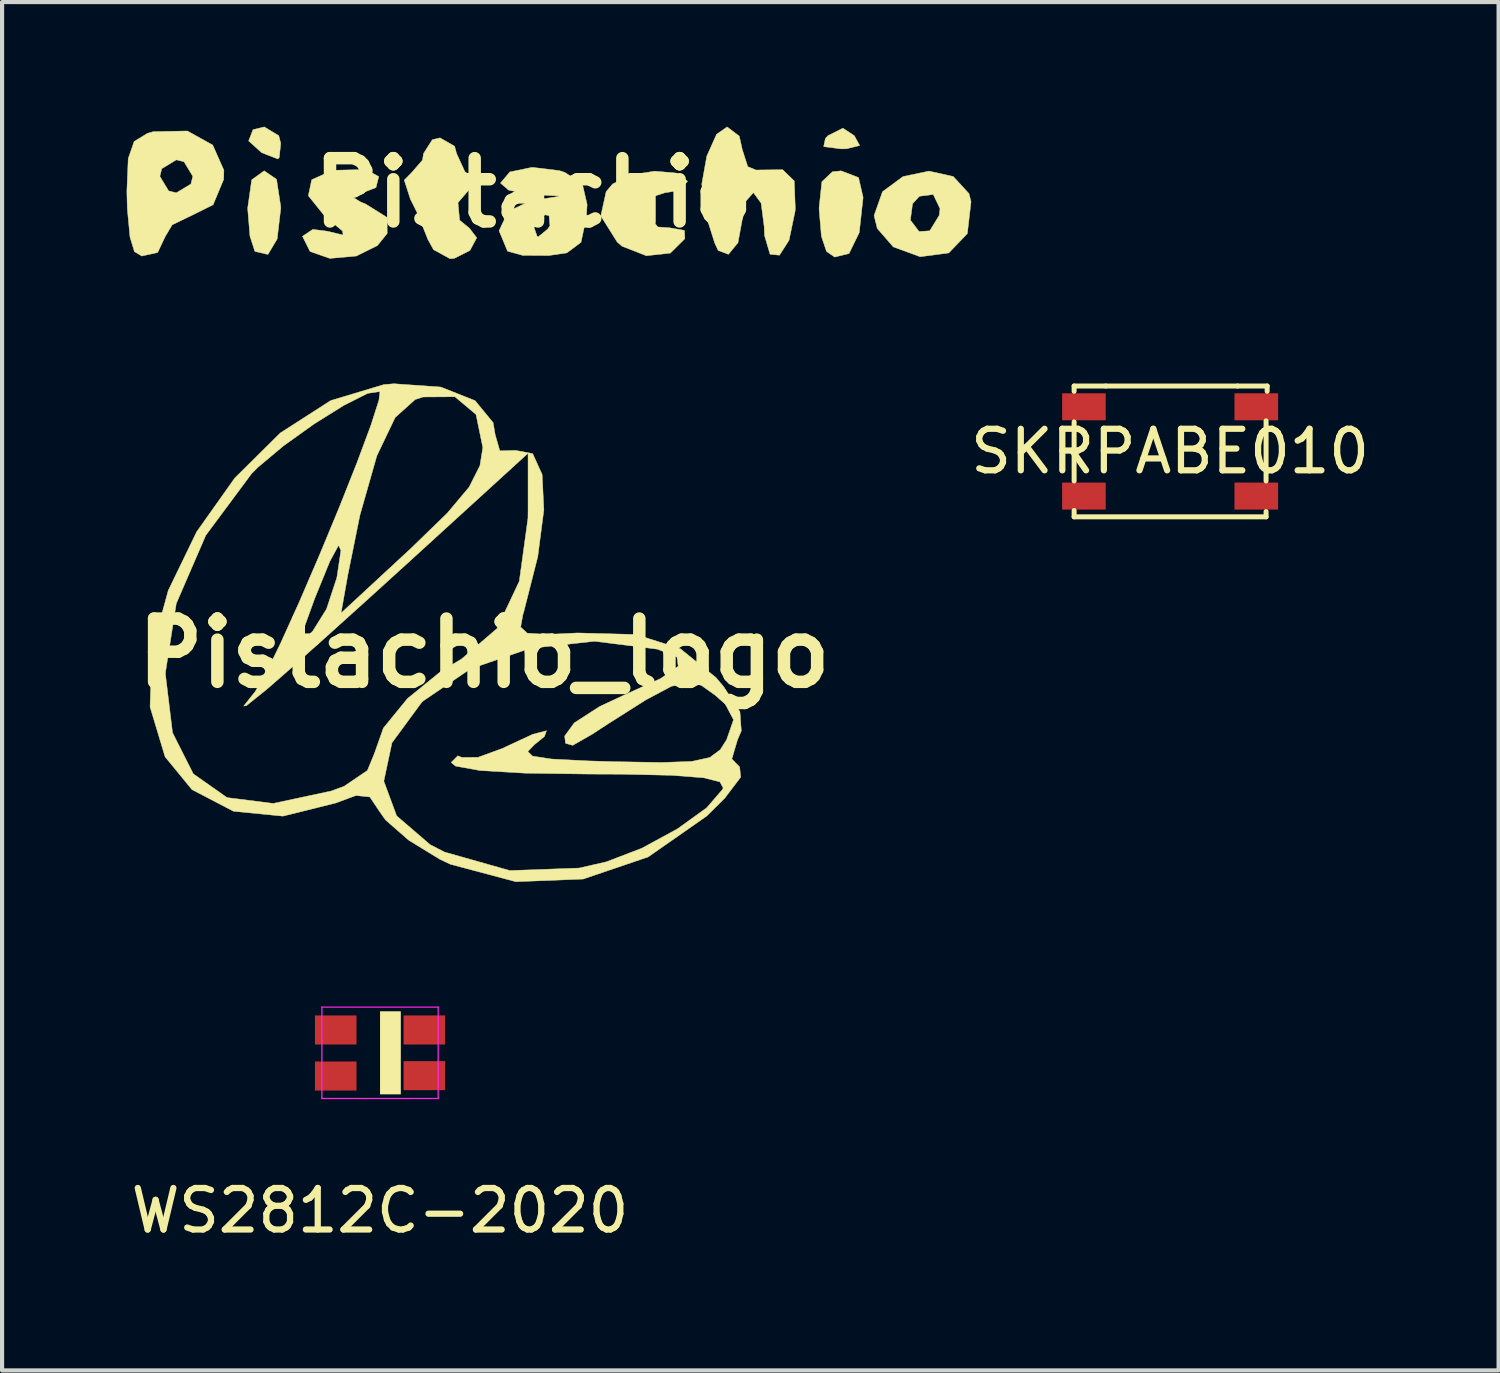
<source format=kicad_pcb>
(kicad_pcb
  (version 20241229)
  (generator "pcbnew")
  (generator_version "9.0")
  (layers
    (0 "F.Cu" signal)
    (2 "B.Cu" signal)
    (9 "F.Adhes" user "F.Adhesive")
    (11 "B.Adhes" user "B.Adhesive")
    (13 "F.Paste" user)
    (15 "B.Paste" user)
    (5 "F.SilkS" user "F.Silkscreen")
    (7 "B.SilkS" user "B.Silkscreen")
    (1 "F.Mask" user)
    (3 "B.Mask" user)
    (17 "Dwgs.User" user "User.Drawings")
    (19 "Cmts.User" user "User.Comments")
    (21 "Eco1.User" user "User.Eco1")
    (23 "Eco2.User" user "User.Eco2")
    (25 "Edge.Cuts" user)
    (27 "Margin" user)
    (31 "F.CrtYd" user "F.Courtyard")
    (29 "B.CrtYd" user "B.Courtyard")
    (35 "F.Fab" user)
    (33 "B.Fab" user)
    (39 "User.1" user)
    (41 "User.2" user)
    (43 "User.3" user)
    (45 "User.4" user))
  (footprint "WS2812C-2020"
    (layer "F.Cu")
    (at 6.101 22.301)
    (property "Reference" "WS2812C-2020" (at 0 3.8 0) (layer "F.SilkS") (effects (font (size 1 1) (thickness 0.15))))
    (attr through_hole)
    (fp_poly (pts (xy 0 -1) (xy 0.5 -1) (xy 0.5 1) (xy 0 1)) (stroke (width 0) (type solid)) (fill yes) (layer "F.SilkS"))
    (fp_line (start -1.4 -1.1) (end 1.4 -1.1) (stroke (width 0.03) (type solid)) (layer "F.CrtYd"))
    (fp_line (start -1.4 1.1) (end -1.4 -1.1) (stroke (width 0.03) (type solid)) (layer "F.CrtYd"))
    (fp_line (start 1.4 -1.1) (end 1.4 1.1) (stroke (width 0.03) (type solid)) (layer "F.CrtYd"))
    (fp_line (start 1.4 1.1) (end -1.4 1.1) (stroke (width 0.03) (type solid)) (layer "F.CrtYd"))
    (pad "1" smd rect (at 1.067 0.55) (size 1 0.7) (layers "F.Cu" "F.Mask" "F.Paste"))
    (pad "2" smd rect (at 1.067 -0.55) (size 1 0.7) (layers "F.Cu" "F.Mask" "F.Paste"))
    (pad "3" smd rect (at -1.067 -0.55) (size 1 0.7) (layers "F.Cu" "F.Mask" "F.Paste"))
    (pad "4" smd rect (at -1.067 0.559) (size 1 0.7) (layers "F.Cu" "F.Mask" "F.Paste")))
  (footprint "Pistachio_logo"
    (layer "F.Cu")
    (at 8.607 12.679)
    (property "Reference" "Pistachio_logo" (at 0 0 0) (layer "F.SilkS") (effects (font (size 1.524 1.524) (thickness 0.3))))
    (attr through_hole)
    (fp_poly (pts (xy -1.041 -6.409) (xy -0.217 -6.082) (xy 0.218 -5.551) (xy 0.265 -5.268) (xy 0.378 -4.874) (xy 0.759 -4.884) (xy 1.169 -4.806) (xy 1.397 -4.304) (xy 1.439 -3.452) (xy 1.292 -2.324) (xy 0.954 -0.994) (xy 0.933 -0.926) (xy 0.88 -0.629) (xy 1.039 -0.483) (xy 1.52 -0.453) (xy 2.251 -0.488) (xy 3.656 -0.451) (xy 4.725 -0.108) (xy 5.583 0.586) (xy 5.768 0.805) (xy 6.16 1.409) (xy 6.193 1.87) (xy 6.101 2.087) (xy 5.965 2.545) (xy 6.154 2.741) (xy 6.178 2.985) (xy 5.794 3.491) (xy 5.36 3.921) (xy 3.95 4.906) (xy 2.385 5.438) (xy 0.764 5.502) (xy -0.812 5.082) (xy -1.068 4.961) (xy -1.817 4.502) (xy -2.372 4.017) (xy -2.514 3.817) (xy -2.751 3.462) (xy -3.085 3.426) (xy -3.573 3.607) (xy -4.843 3.923) (xy -6.034 3.806) (xy -7.035 3.284) (xy -7.682 2.495) (xy -8.044 1.292) (xy -8.018 0.51) (xy -7.673 0.51) (xy -7.503 1.913) (xy -7.003 2.904) (xy -6.19 3.476) (xy -5.078 3.617) (xy -3.683 3.318) (xy -3.373 3.205) (xy -3.191 3.081) (xy -2.415 3.081) (xy -2.106 3.916) (xy -1.299 4.61) (xy -0.952 4.788) (xy 0.619 5.233) (xy 2.287 5.173) (xy 2.942 5.023) (xy 3.797 4.696) (xy 4.657 4.228) (xy 5.359 3.722) (xy 5.742 3.279) (xy 5.756 3.241) (xy 5.677 3.098) (xy 5.286 2.999) (xy 4.522 2.94) (xy 3.322 2.913) (xy 2.536 2.91) (xy 0.979 2.888) (xy -0.102 2.824) (xy -0.688 2.718) (xy -0.794 2.63) (xy -0.633 2.47) (xy -0.537 2.509) (xy -0.148 2.507) (xy 0.453 2.288) (xy 0.508 2.26) (xy 1.168 1.953) (xy 1.502 1.866) (xy 1.453 2.005) (xy 1.212 2.201) (xy 1.052 2.367) (xy 1.167 2.478) (xy 1.63 2.548) (xy 2.513 2.593) (xy 3.129 2.611) (xy 4.272 2.631) (xy 5.002 2.605) (xy 5.435 2.51) (xy 5.686 2.324) (xy 5.84 2.081) (xy 6.006 1.602) (xy 5.807 1.226) (xy 5.556 1.005) (xy 5.23 0.774) (xy 4.913 0.694) (xy 4.503 0.8) (xy 3.895 1.124) (xy 2.987 1.699) (xy 2.601 1.951) (xy 2.135 2.218) (xy 1.96 2.169) (xy 1.94 1.993) (xy 2.171 1.677) (xy 2.78 1.284) (xy 3.351 1.017) (xy 4.252 0.609) (xy 4.674 0.314) (xy 4.644 0.093) (xy 4.191 -0.091) (xy 4.167 -0.098) (xy 2.66 -0.288) (xy 1.105 -0.117) (xy -0.327 0.375) (xy -1.466 1.149) (xy -1.509 1.191) (xy -2.219 2.157) (xy -2.415 3.081) (xy -3.191 3.081) (xy -2.81 2.823) (xy -2.646 2.426) (xy -2.426 1.803) (xy -1.846 1.092) (xy -1.029 0.427) (xy -0.545 0.14) (xy 0.309 -0.593) (xy 0.847 -1.732) (xy 1.056 -3.25) (xy 1.058 -3.458) (xy 1.058 -4.815) (xy -1.786 -2.22) (xy -2.859 -1.246) (xy -3.844 -0.358) (xy -4.651 0.361) (xy -5.189 0.831) (xy -5.29 0.915) (xy -5.722 1.262) (xy -5.789 1.273) (xy -5.535 0.951) (xy -5.514 0.926) (xy -5.27 0.515) (xy -4.901 -0.239) (xy -4.841 -0.373) (xy -4.37 -0.373) (xy -4.214 -0.45) (xy -4.126 -0.533) (xy -3.856 -0.966) (xy -3.445 -0.966) (xy -1.753 -2.533) (xy -0.886 -3.375) (xy -0.361 -4) (xy -0.101 -4.516) (xy -0.031 -4.952) (xy -0.195 -5.749) (xy -0.703 -6.175) (xy -1.472 -6.17) (xy -1.661 -6.108) (xy -2.142 -5.676) (xy -2.583 -4.753) (xy -2.99 -3.325) (xy -3.284 -1.872) (xy -3.445 -0.966) (xy -3.856 -0.966) (xy -3.795 -1.063) (xy -3.55 -1.806) (xy -3.54 -1.856) (xy -3.448 -2.476) (xy -3.505 -2.597) (xy -3.713 -2.215) (xy -4.074 -1.33) (xy -4.077 -1.323) (xy -4.325 -0.64) (xy -4.37 -0.373) (xy -4.841 -0.373) (xy -4.452 -1.232) (xy -3.967 -2.358) (xy -3.488 -3.513) (xy -3.061 -4.589) (xy -2.728 -5.484) (xy -2.533 -6.091) (xy -2.509 -6.301) (xy -2.802 -6.258) (xy -3.374 -5.97) (xy -4.094 -5.52) (xy -4.827 -4.996) (xy -5.442 -4.481) (xy -5.6 -4.323) (xy -6.702 -2.838) (xy -7.413 -1.195) (xy -7.673 0.464) (xy -7.673 0.51) (xy -8.018 0.51) (xy -7.999 -0.075) (xy -7.606 -1.51) (xy -6.922 -2.923) (xy -6.004 -4.218) (xy -4.909 -5.303) (xy -3.694 -6.084) (xy -2.417 -6.468) (xy -2.17 -6.489) (xy -1.041 -6.409)) (stroke (width 0.01) (type solid)) (fill yes) (layer "F.SilkS")))
  (footprint "Pistachio"
    (layer "F.Cu")
    (at 9.795 1.593)
    (property "Reference" "Pistachio" (at 0 0 0) (layer "F.SilkS") (effects (font (size 1.524 1.524) (thickness 0.3))))
    (attr through_hole)
    (fp_poly (pts (xy 7.726 -1.376) (xy 7.856 -1.139) (xy 7.536 -1.06) (xy 7.408 -1.058) (xy 6.988 -1.112) (xy 7.03 -1.311) (xy 7.091 -1.376) (xy 7.451 -1.557) (xy 7.726 -1.376)) (stroke (width 0.01) (type solid)) (fill yes) (layer "F.SilkS"))
    (fp_poly (pts (xy -6.132 -1.376) (xy -6.085 -1.191) (xy -6.121 -0.85) (xy -6.152 -0.815) (xy -6.419 -0.917) (xy -6.548 -0.969) (xy -6.858 -1.25) (xy -6.753 -1.521) (xy -6.482 -1.587) (xy -6.132 -1.376)) (stroke (width 0.01) (type solid)) (fill yes) (layer "F.SilkS"))
    (fp_poly (pts (xy 7.828 -0.368) (xy 7.938 0.111) (xy 7.845 0.958) (xy 7.599 1.462) (xy 7.252 1.547) (xy 7.056 1.411) (xy 6.934 1.048) (xy 6.879 0.405) (xy 6.879 0.353) (xy 6.945 -0.267) (xy 7.199 -0.507) (xy 7.408 -0.529) (xy 7.828 -0.368)) (stroke (width 0.01) (type solid)) (fill yes) (layer "F.SilkS"))
    (fp_poly (pts (xy -6.186 -0.325) (xy -6.086 0.324) (xy -6.085 0.381) (xy -6.171 1.112) (xy -6.393 1.484) (xy -6.7 1.413) (xy -6.71 1.404) (xy -6.826 1.046) (xy -6.879 0.406) (xy -6.879 0.353) (xy -6.784 -0.314) (xy -6.485 -0.529) (xy -6.482 -0.529) (xy -6.186 -0.325)) (stroke (width 0.01) (type solid)) (fill yes) (layer "F.SilkS"))
    (fp_poly (pts (xy 3.449 -0.475) (xy 3.702 -0.288) (xy 3.704 -0.265) (xy 3.482 -0.052) (xy 3.156 0) (xy 2.737 0.139) (xy 2.702 0.463) (xy 2.995 0.822) (xy 3.279 0.842) (xy 3.636 0.905) (xy 3.645 1.106) (xy 3.296 1.452) (xy 2.718 1.515) (xy 2.133 1.286) (xy 2.017 1.186) (xy 1.622 0.557) (xy 1.75 -0.027) (xy 1.905 -0.212) (xy 2.336 -0.431) (xy 2.922 -0.521) (xy 3.449 -0.475)) (stroke (width 0.01) (type solid)) (fill yes) (layer "F.SilkS"))
    (fp_poly (pts (xy -1.898 -1.122) (xy -1.852 -0.948) (xy -1.65 -0.508) (xy -1.521 -0.419) (xy -1.327 -0.245) (xy -1.521 -0.11) (xy -1.817 0.236) (xy -1.778 0.659) (xy -1.541 0.853) (xy -1.366 1.082) (xy -1.529 1.388) (xy -1.907 1.579) (xy -2.008 1.587) (xy -2.406 1.369) (xy -2.541 1.124) (xy -2.79 0.5) (xy -2.966 0.144) (xy -3.111 -0.307) (xy -2.946 -0.473) (xy -2.672 -0.788) (xy -2.646 -0.948) (xy -2.434 -1.28) (xy -2.249 -1.323) (xy -1.898 -1.122)) (stroke (width 0.01) (type solid)) (fill yes) (layer "F.SilkS"))
    (fp_poly (pts (xy 10.109 -0.393) (xy 10.488 0.02) (xy 10.537 0.213) (xy 10.448 0.982) (xy 10.001 1.447) (xy 9.311 1.539) (xy 8.665 1.302) (xy 8.279 0.859) (xy 8.229 0.657) (xy 9.076 0.657) (xy 9.286 0.932) (xy 9.543 0.915) (xy 9.77 0.544) (xy 9.79 0.381) (xy 9.627 0.039) (xy 9.292 0.083) (xy 9.128 0.265) (xy 9.076 0.657) (xy 8.229 0.657) (xy 8.202 0.548) (xy 8.405 -0.028) (xy 8.901 -0.393) (xy 9.525 -0.523) (xy 10.109 -0.393)) (stroke (width 0.01) (type solid)) (fill yes) (layer "F.SilkS"))
    (fp_poly (pts (xy -3.725 -0.391) (xy -3.792 -0.126) (xy -4.167 0.017) (xy -4.408 0.069) (xy -4.167 0.218) (xy -4.035 0.273) (xy -3.524 0.593) (xy -3.522 0.978) (xy -3.757 1.27) (xy -4.264 1.522) (xy -4.904 1.579) (xy -5.377 1.414) (xy -5.38 1.411) (xy -5.562 1.047) (xy -5.312 0.88) (xy -4.961 0.925) (xy -4.583 1.016) (xy -4.595 0.922) (xy -5.01 0.574) (xy -5.027 0.56) (xy -5.421 0.07) (xy -5.339 -0.316) (xy -4.832 -0.543) (xy -4.035 -0.561) (xy -3.725 -0.391)) (stroke (width 0.01) (type solid)) (fill yes) (layer "F.SilkS"))
    (fp_poly (pts (xy 4.956 -1.366) (xy 5.027 -1.047) (xy 5.16 -0.631) (xy 5.358 -0.549) (xy 6 -0.557) (xy 6.28 -0.286) (xy 6.305 0.376) (xy 6.3 0.443) (xy 6.155 1.141) (xy 5.924 1.502) (xy 5.697 1.479) (xy 5.564 1.029) (xy 5.556 0.816) (xy 5.482 0.249) (xy 5.301 0.000482) (xy 5.292 0) (xy 5.091 0.226) (xy 5.027 0.646) (xy 4.925 1.202) (xy 4.695 1.481) (xy 4.448 1.388) (xy 4.364 1.207) (xy 4.165 0.575) (xy 4.108 0.394) (xy 4.054 -0.215) (xy 4.174 -0.884) (xy 4.409 -1.409) (xy 4.663 -1.587) (xy 4.956 -1.366)) (stroke (width 0.01) (type solid)) (fill yes) (layer "F.SilkS"))
    (fp_poly (pts (xy -7.723 -1.15) (xy -7.454 -0.544) (xy -7.459 -0.323) (xy -7.714 0.288) (xy -8.202 0.531) (xy -8.699 0.771) (xy -8.864 1.048) (xy -9.049 1.437) (xy -9.431 1.522) (xy -9.608 1.417) (xy -9.715 1.065) (xy -9.78 0.378) (xy -9.79 -0.039) (xy -9.775 -0.397) (xy -8.996 -0.397) (xy -8.784 -0.046) (xy -8.599 0) (xy -8.248 -0.212) (xy -8.202 -0.397) (xy -8.414 -0.748) (xy -8.599 -0.794) (xy -8.95 -0.582) (xy -8.996 -0.397) (xy -9.775 -0.397) (xy -9.758 -0.824) (xy -9.615 -1.237) (xy -9.294 -1.433) (xy -9.153 -1.473) (xy -8.332 -1.489) (xy -7.723 -1.15)) (stroke (width 0.01) (type solid)) (fill yes) (layer "F.SilkS"))
    (fp_poly (pts (xy 0.627 -0.534) (xy 0.754 -0.492) (xy 1.176 -0.22) (xy 1.292 0.279) (xy 1.274 0.588) (xy 1.145 1.192) (xy 0.805 1.446) (xy 0.369 1.51) (xy -0.26 1.506) (xy -0.622 1.406) (xy -0.624 1.405) (xy -0.828 0.914) (xy -0.772 0.794) (xy 0 0.794) (xy 0.09 1.051) (xy 0.117 1.058) (xy 0.343 0.873) (xy 0.397 0.794) (xy 0.376 0.55) (xy 0.28 0.529) (xy 0.011 0.721) (xy 0 0.794) (xy -0.772 0.794) (xy -0.609 0.448) (xy -0.066 0.19) (xy 0.661 0.079) (xy -0.066 0.04) (xy -0.595 -0.063) (xy -0.794 -0.234) (xy -0.57 -0.503) (xy -0.03 -0.614) (xy 0.627 -0.534)) (stroke (width 0.01) (type solid)) (fill yes) (layer "F.SilkS")))
  (footprint "SKRPABE010"
    (layer "F.Cu")
    (at 25.125 7.82)
    (property "Reference" "SKRPABE010" (at 0 0 0) (layer "F.SilkS") (effects (font (size 1 1) (thickness 0.15))))
    (attr through_hole)
    (fp_line (start -2.311 -1.575) (end -2.311 -1.448) (stroke (width 0.12) (type solid)) (layer "F.SilkS"))
    (fp_line (start -2.311 -0.711) (end -2.311 0.711) (stroke (width 0.12) (type solid)) (layer "F.SilkS"))
    (fp_line (start -2.311 1.422) (end -2.311 1.575) (stroke (width 0.12) (type solid)) (layer "F.SilkS"))
    (fp_line (start -2.311 1.575) (end 2.311 1.575) (stroke (width 0.12) (type solid)) (layer "F.SilkS"))
    (fp_line (start -1.549 -1.575) (end -2.311 -1.575) (stroke (width 0.12) (type solid)) (layer "F.SilkS"))
    (fp_line (start -1.549 -1.575) (end 1.626 -1.575) (stroke (width 0.12) (type solid)) (layer "F.SilkS"))
    (fp_line (start 1.626 -1.575) (end 2.337 -1.575) (stroke (width 0.12) (type solid)) (layer "F.SilkS"))
    (fp_line (start 2.311 -0.737) (end 2.311 0.711) (stroke (width 0.12) (type solid)) (layer "F.SilkS"))
    (fp_line (start 2.311 1.575) (end 2.311 1.448) (stroke (width 0.12) (type solid)) (layer "F.SilkS"))
    (fp_line (start 2.337 -1.575) (end 2.337 -1.448) (stroke (width 0.12) (type solid)) (layer "F.SilkS"))
    (pad "1" smd rect (at -2.075 -1.075) (size 1.05 0.65) (layers "F.Cu" "F.Mask" "F.Paste"))
    (pad "1" smd rect (at 2.075 -1.075) (size 1.05 0.65) (layers "F.Cu" "F.Mask" "F.Paste"))
    (pad "2" smd rect (at -2.075 1.075) (size 1.05 0.65) (layers "F.Cu" "F.Mask" "F.Paste"))
    (pad "2" smd rect (at 2.075 1.075) (size 1.05 0.65) (layers "F.Cu" "F.Mask" "F.Paste")))
  (gr_rect
    (start -3 -3)
    (end 33.035 29.949)
    (stroke (width 0.1) (type default))
    (fill no)
    (layer "Edge.Cuts")))
</source>
